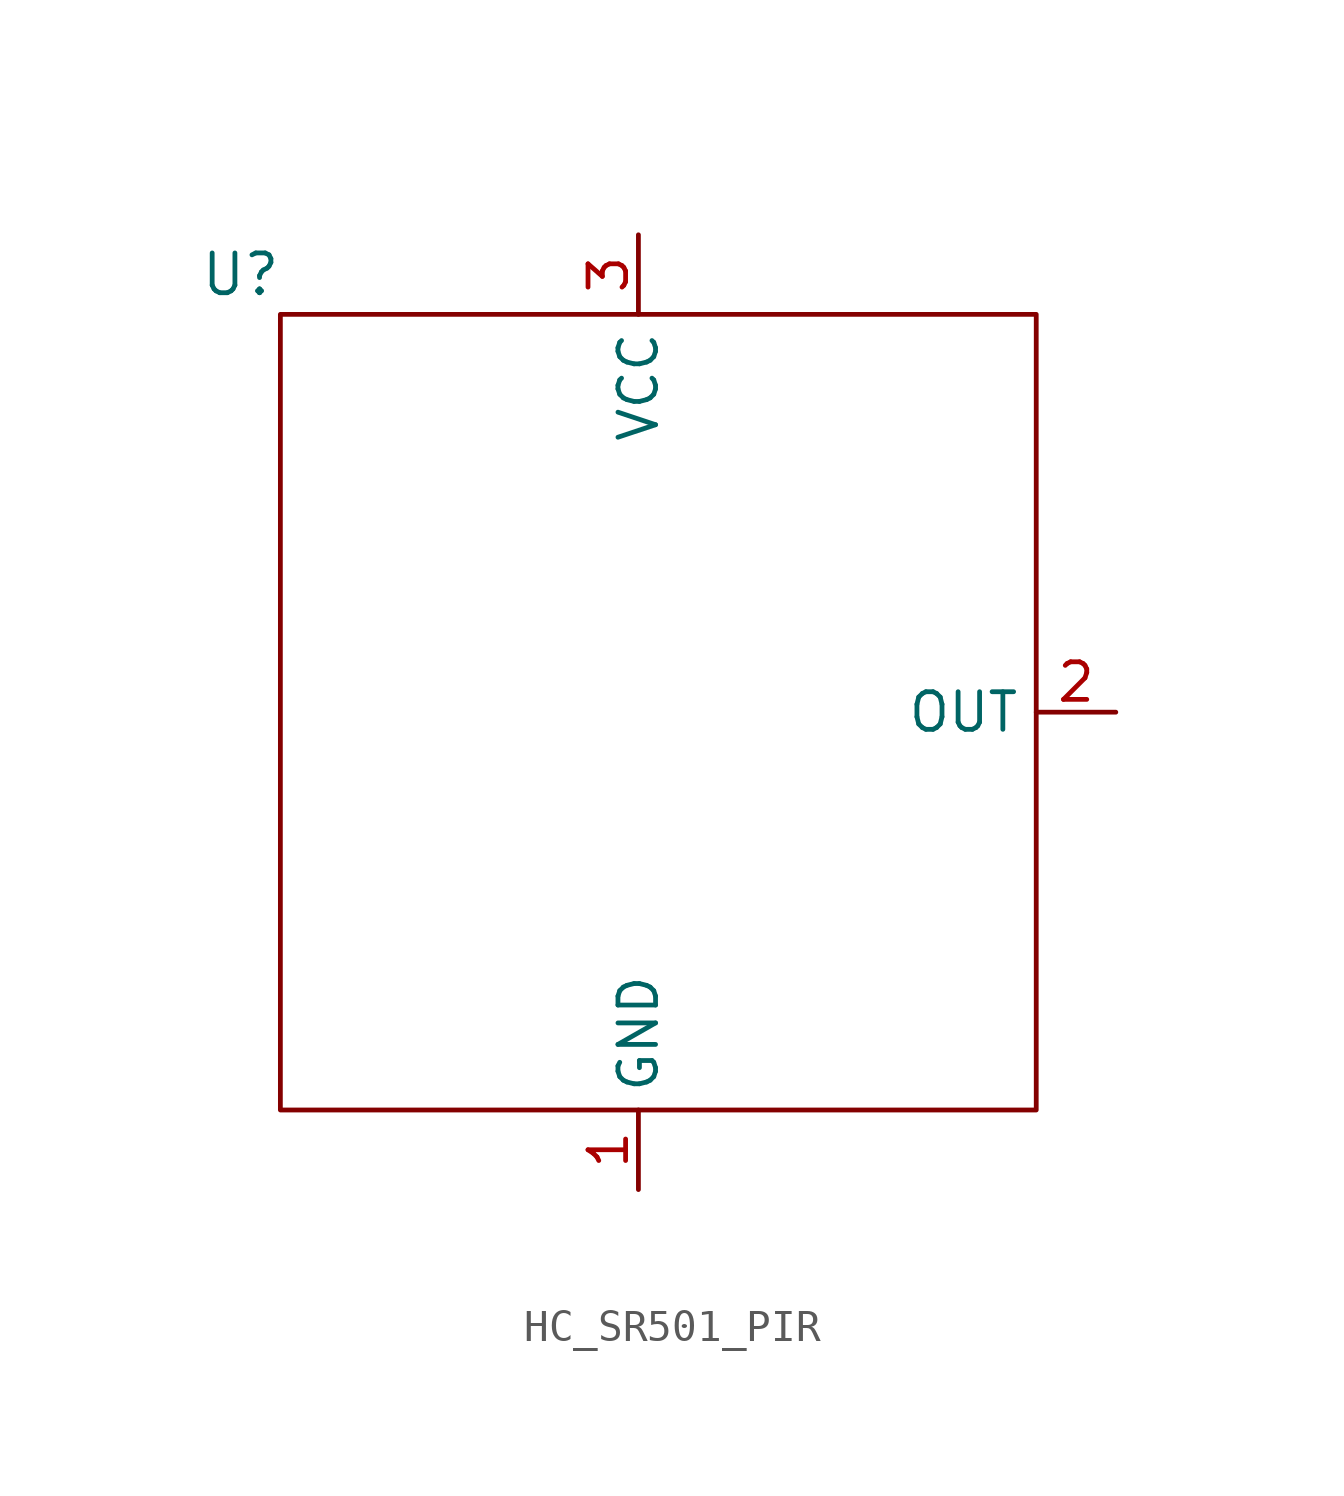
<source format=kicad_sym>
(kicad_symbol_lib
  (version 20220914)
  (generator kicad_symbol_editor)
  (symbol "HC_SR501_PIR"
    (property "Reference" "U"
      (at -5.08 5.08 0)
      (effects (font (size 1.27 1.27))))
    (property "Value" ""
      (at 0 0 0)
      (effects (font (size 1.27 1.27))))
    (symbol "HC_SR501_PIR_0_1"
      (rectangle (start -3.81 3.81) (end 20.32 -21.59) (stroke (width 0) (type default)) (fill (type none))))
    (symbol "HC_SR501_PIR_1_1"
      (pin power_in line (at 7.62 -24.13 90) (length 2.54) (name "GND" (effects (font (size 1.2 1.2)))) (number "1" (effects (font (size 1.2 1.2)))))
      (pin output line (at 22.86 -8.89 180) (length 2.54) (name "OUT" (effects (font (size 1.2 1.2)))) (number "2" (effects (font (size 1.2 1.2)))))
      (pin power_in line (at 7.62 6.35 270) (length 2.54) (name "VCC" (effects (font (size 1.2 1.2)))) (number "3" (effects (font (size 1.2 1.2))))))))
</source>
